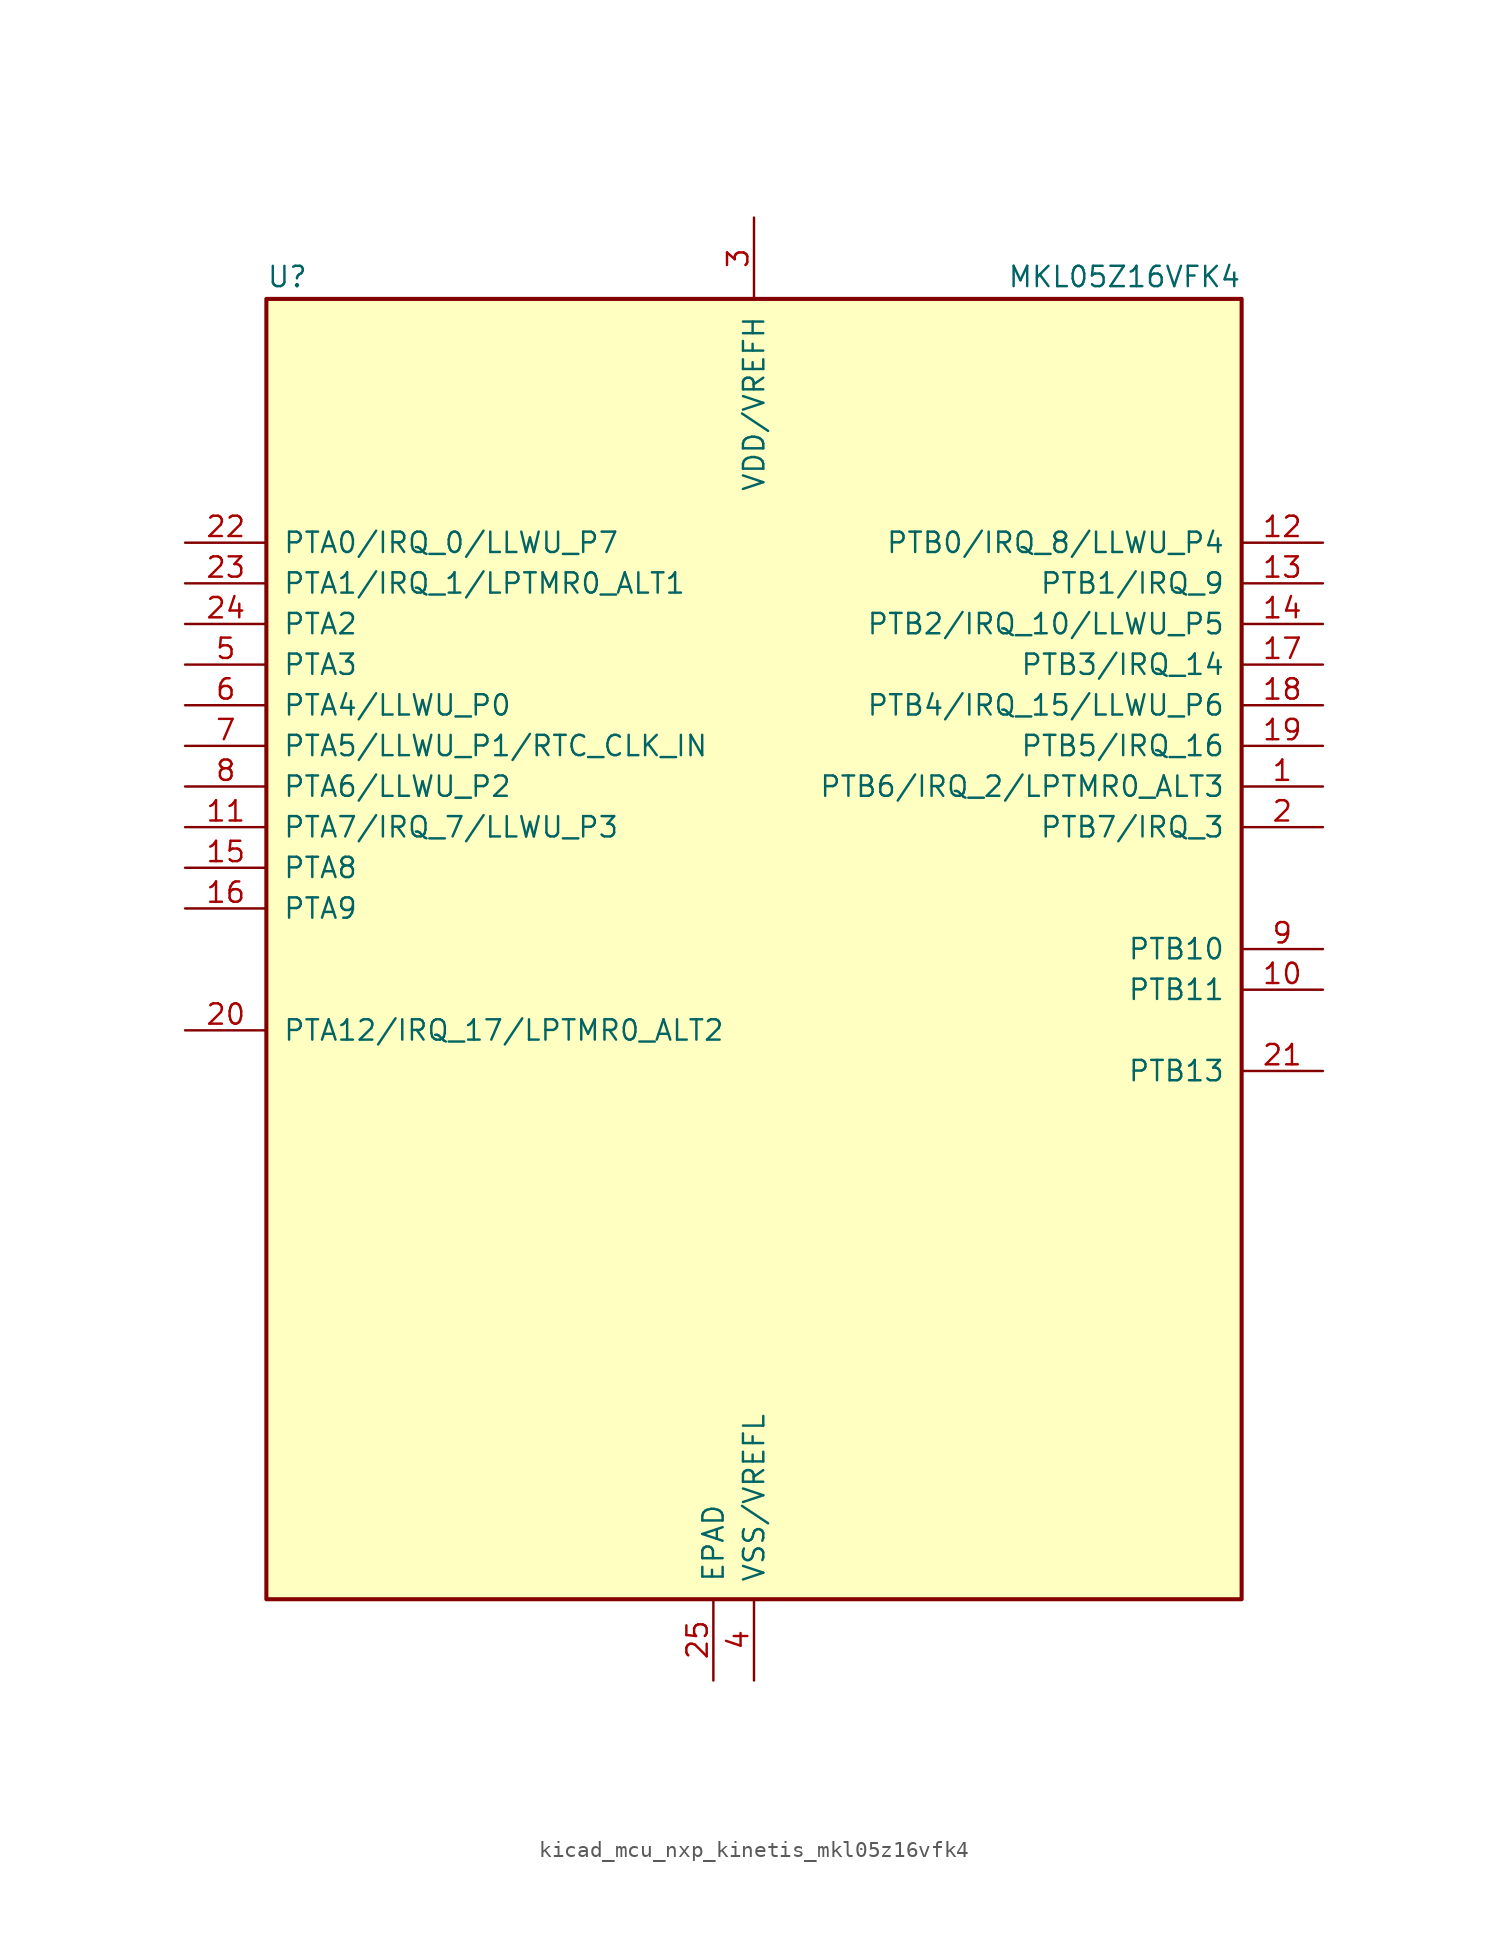
<source format=kicad_sym>
(kicad_symbol_lib
  (version 20220914)
  (generator kicad_symbol_editor)
  (symbol "kicad_mcu_nxp_kinetis_mkl05z16vfk4"
    (pin_names
      (offset 1.016))
    (property "Reference" "U"
      (at -30.48 41.275 0)
      (effects (font (size 1.27 1.27)) (justify left bottom)))
    (property "Value" "MKL05Z16VFK4"
      (at 30.48 41.275 0)
      (effects (font (size 1.27 1.27)) (justify right bottom)))
    (symbol "kicad_mcu_nxp_kinetis_mkl05z16vfk4_0_1"
      (rectangle (start -30.48 40.64) (end 30.48 -40.64) (stroke (width 0.254) (type default)) (fill (type background))))
    (symbol "kicad_mcu_nxp_kinetis_mkl05z16vfk4_1_1"
      (pin bidirectional line (at 35.56 10.16 180) (length 5.08) (name "PTB6/IRQ_2/LPTMR0_ALT3" (effects (font (size 1.27 1.27)))) (number "1" (effects (font (size 1.27 1.27)))))
      (pin bidirectional line (at 35.56 -2.54 180) (length 5.08) (name "PTB11" (effects (font (size 1.27 1.27)))) (number "10" (effects (font (size 1.27 1.27)))))
      (pin bidirectional line (at -35.56 7.62 0) (length 5.08) (name "PTA7/IRQ_7/LLWU_P3" (effects (font (size 1.27 1.27)))) (number "11" (effects (font (size 1.27 1.27)))))
      (pin bidirectional line (at 35.56 25.4 180) (length 5.08) (name "PTB0/IRQ_8/LLWU_P4" (effects (font (size 1.27 1.27)))) (number "12" (effects (font (size 1.27 1.27)))))
      (pin bidirectional line (at 35.56 22.86 180) (length 5.08) (name "PTB1/IRQ_9" (effects (font (size 1.27 1.27)))) (number "13" (effects (font (size 1.27 1.27)))))
      (pin bidirectional line (at 35.56 20.32 180) (length 5.08) (name "PTB2/IRQ_10/LLWU_P5" (effects (font (size 1.27 1.27)))) (number "14" (effects (font (size 1.27 1.27)))))
      (pin bidirectional line (at -35.56 5.08 0) (length 5.08) (name "PTA8" (effects (font (size 1.27 1.27)))) (number "15" (effects (font (size 1.27 1.27)))))
      (pin bidirectional line (at -35.56 2.54 0) (length 5.08) (name "PTA9" (effects (font (size 1.27 1.27)))) (number "16" (effects (font (size 1.27 1.27)))))
      (pin bidirectional line (at 35.56 17.78 180) (length 5.08) (name "PTB3/IRQ_14" (effects (font (size 1.27 1.27)))) (number "17" (effects (font (size 1.27 1.27)))))
      (pin bidirectional line (at 35.56 15.24 180) (length 5.08) (name "PTB4/IRQ_15/LLWU_P6" (effects (font (size 1.27 1.27)))) (number "18" (effects (font (size 1.27 1.27)))))
      (pin bidirectional line (at 35.56 12.7 180) (length 5.08) (name "PTB5/IRQ_16" (effects (font (size 1.27 1.27)))) (number "19" (effects (font (size 1.27 1.27)))))
      (pin bidirectional line (at 35.56 7.62 180) (length 5.08) (name "PTB7/IRQ_3" (effects (font (size 1.27 1.27)))) (number "2" (effects (font (size 1.27 1.27)))))
      (pin bidirectional line (at -35.56 -5.08 0) (length 5.08) (name "PTA12/IRQ_17/LPTMR0_ALT2" (effects (font (size 1.27 1.27)))) (number "20" (effects (font (size 1.27 1.27)))))
      (pin bidirectional line (at 35.56 -7.62 180) (length 5.08) (name "PTB13" (effects (font (size 1.27 1.27)))) (number "21" (effects (font (size 1.27 1.27)))))
      (pin bidirectional line (at -35.56 25.4 0) (length 5.08) (name "PTA0/IRQ_0/LLWU_P7" (effects (font (size 1.27 1.27)))) (number "22" (effects (font (size 1.27 1.27)))))
      (pin bidirectional line (at -35.56 22.86 0) (length 5.08) (name "PTA1/IRQ_1/LPTMR0_ALT1" (effects (font (size 1.27 1.27)))) (number "23" (effects (font (size 1.27 1.27)))))
      (pin bidirectional line (at -35.56 20.32 0) (length 5.08) (name "PTA2" (effects (font (size 1.27 1.27)))) (number "24" (effects (font (size 1.27 1.27)))))
      (pin power_in line (at -2.54 -45.72 90) (length 5.08) (name "EPAD" (effects (font (size 1.27 1.27)))) (number "25" (effects (font (size 1.27 1.27)))))
      (pin power_in line (at 0 45.72 270) (length 5.08) (name "VDD/VREFH" (effects (font (size 1.27 1.27)))) (number "3" (effects (font (size 1.27 1.27)))))
      (pin power_in line (at 0 -45.72 90) (length 5.08) (name "VSS/VREFL" (effects (font (size 1.27 1.27)))) (number "4" (effects (font (size 1.27 1.27)))))
      (pin bidirectional line (at -35.56 17.78 0) (length 5.08) (name "PTA3" (effects (font (size 1.27 1.27)))) (number "5" (effects (font (size 1.27 1.27)))))
      (pin bidirectional line (at -35.56 15.24 0) (length 5.08) (name "PTA4/LLWU_P0" (effects (font (size 1.27 1.27)))) (number "6" (effects (font (size 1.27 1.27)))))
      (pin bidirectional line (at -35.56 12.7 0) (length 5.08) (name "PTA5/LLWU_P1/RTC_CLK_IN" (effects (font (size 1.27 1.27)))) (number "7" (effects (font (size 1.27 1.27)))))
      (pin bidirectional line (at -35.56 10.16 0) (length 5.08) (name "PTA6/LLWU_P2" (effects (font (size 1.27 1.27)))) (number "8" (effects (font (size 1.27 1.27)))))
      (pin bidirectional line (at 35.56 0 180) (length 5.08) (name "PTB10" (effects (font (size 1.27 1.27)))) (number "9" (effects (font (size 1.27 1.27))))))))
</source>
